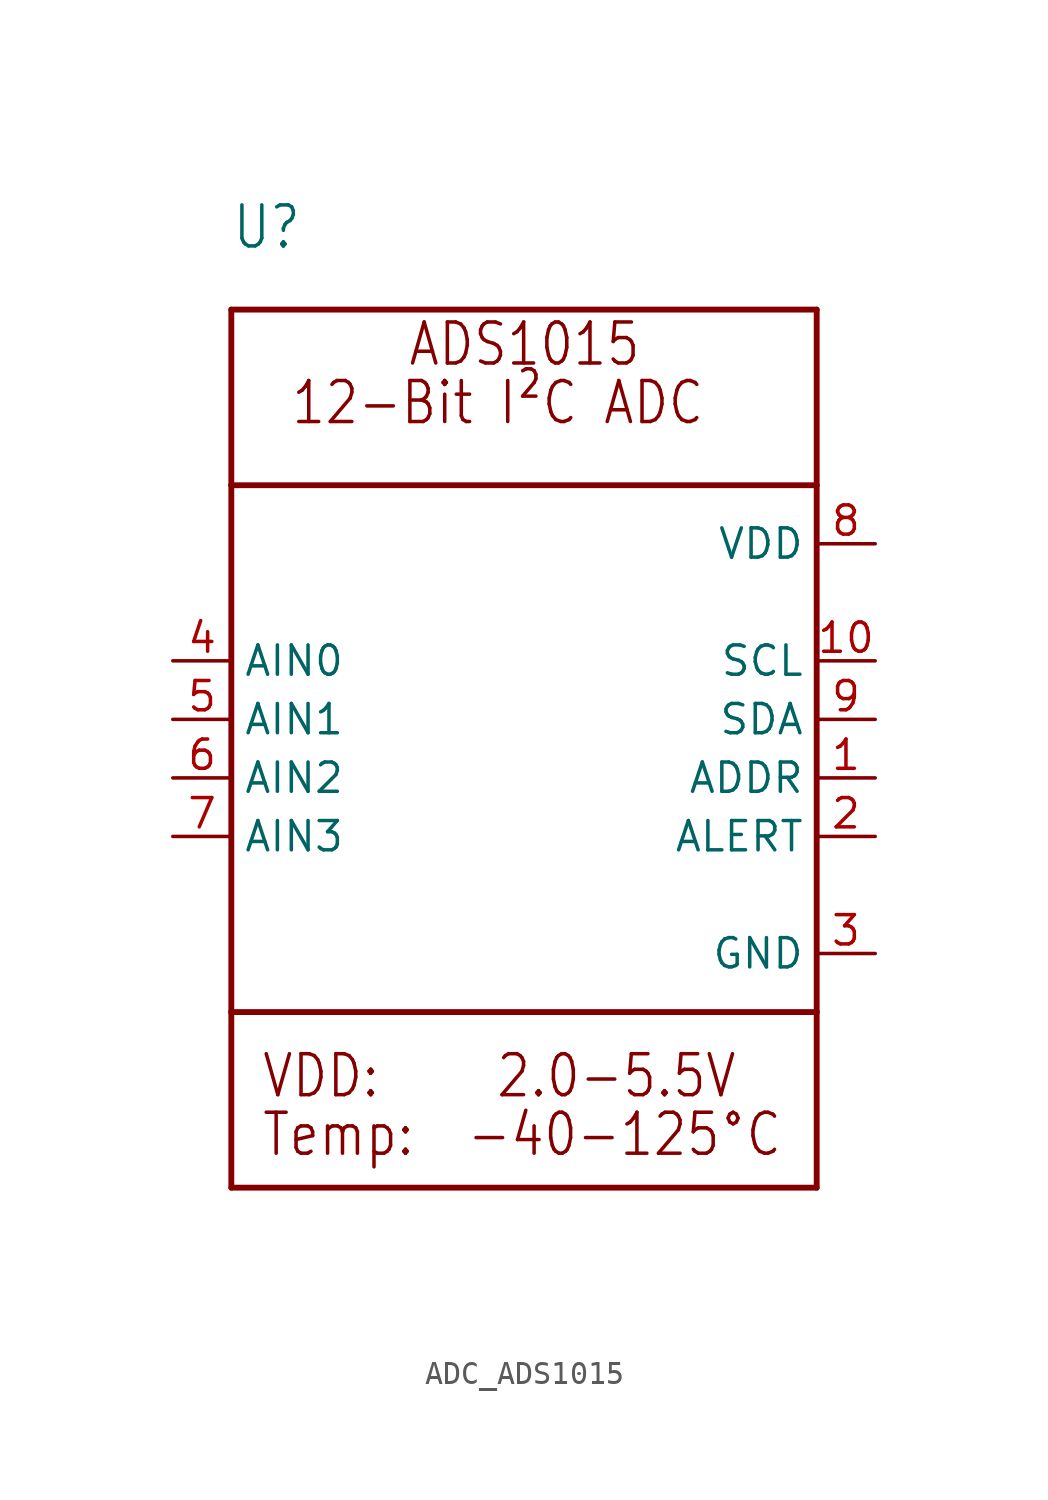
<source format=kicad_sym>
(kicad_symbol_lib
  (version 20231120)
  (generator "kicad_symbol_editor")
  (generator_version "8.0")
  (symbol "ADC_ADS1015"
    (property "Reference" "U"
      (at -12.7 20.32 0)
      (effects (font (size 1.778 1.511)) (justify left bottom)))
    (property "Value" ""
      (at -12.7 -22.86 0)
      (effects (font (size 1.778 1.511)) (justify left bottom)))
    (property "ki_locked" ""
      (at 0 0 0)
      (effects (font (size 1.27 1.27))))
    (symbol "ADC_ADS1015_1_0"
      (polyline (pts (xy -12.7 -12.7) (xy -12.7 -20.32)) (stroke (width 0.254) (type solid)) (fill (type none)))
      (polyline (pts (xy -12.7 -12.7) (xy -12.7 10.16)) (stroke (width 0.254) (type solid)) (fill (type none)))
      (polyline (pts (xy -12.7 10.16) (xy 12.7 10.16)) (stroke (width 0.254) (type solid)) (fill (type none)))
      (polyline (pts (xy -12.7 17.78) (xy -12.7 10.16)) (stroke (width 0.254) (type solid)) (fill (type none)))
      (polyline (pts (xy -12.7 17.78) (xy 12.7 17.78)) (stroke (width 0.254) (type solid)) (fill (type none)))
      (polyline (pts (xy 12.7 -20.32) (xy -12.7 -20.32)) (stroke (width 0.254) (type solid)) (fill (type none)))
      (polyline (pts (xy 12.7 -12.7) (xy -12.7 -12.7)) (stroke (width 0.254) (type solid)) (fill (type none)))
      (polyline (pts (xy 12.7 -12.7) (xy 12.7 -20.32)) (stroke (width 0.254) (type solid)) (fill (type none)))
      (polyline (pts (xy 12.7 10.16) (xy 12.7 -12.7)) (stroke (width 0.254) (type solid)) (fill (type none)))
      (polyline (pts (xy 12.7 17.78) (xy 12.7 10.16)) (stroke (width 0.254) (type solid)) (fill (type none)))
      (text "-40-125°C" (at -2.54 -19.05 0) (effects (font (size 1.778 1.511)) (justify left bottom)))
      (text "12-Bit I²C ADC" (at -10.16 12.7 0) (effects (font (size 1.778 1.511)) (justify left bottom)))
      (text "2.0-5.5V" (at -1.27 -16.51 0) (effects (font (size 1.778 1.511)) (justify left bottom)))
      (text "ADS1015" (at -5.08 15.24 0) (effects (font (size 1.778 1.511)) (justify left bottom)))
      (text "Temp:" (at -11.43 -19.05 0) (effects (font (size 1.778 1.511)) (justify left bottom)))
      (text "VDD:" (at -11.43 -16.51 0) (effects (font (size 1.778 1.511)) (justify left bottom)))
      (pin bidirectional line (at 15.24 -2.54 180) (length 2.54) (name "ADDR" (effects (font (size 1.27 1.27)))) (number "1" (effects (font (size 1.27 1.27)))))
      (pin bidirectional line (at 15.24 2.54 180) (length 2.54) (name "SCL" (effects (font (size 1.27 1.27)))) (number "10" (effects (font (size 1.27 1.27)))))
      (pin bidirectional line (at 15.24 -5.08 180) (length 2.54) (name "ALERT" (effects (font (size 1.27 1.27)))) (number "2" (effects (font (size 1.27 1.27)))))
      (pin bidirectional line (at 15.24 -10.16 180) (length 2.54) (name "GND" (effects (font (size 1.27 1.27)))) (number "3" (effects (font (size 1.27 1.27)))))
      (pin bidirectional line (at -15.24 2.54 0) (length 2.54) (name "AIN0" (effects (font (size 1.27 1.27)))) (number "4" (effects (font (size 1.27 1.27)))))
      (pin bidirectional line (at -15.24 0 0) (length 2.54) (name "AIN1" (effects (font (size 1.27 1.27)))) (number "5" (effects (font (size 1.27 1.27)))))
      (pin bidirectional line (at -15.24 -2.54 0) (length 2.54) (name "AIN2" (effects (font (size 1.27 1.27)))) (number "6" (effects (font (size 1.27 1.27)))))
      (pin bidirectional line (at -15.24 -5.08 0) (length 2.54) (name "AIN3" (effects (font (size 1.27 1.27)))) (number "7" (effects (font (size 1.27 1.27)))))
      (pin bidirectional line (at 15.24 7.62 180) (length 2.54) (name "VDD" (effects (font (size 1.27 1.27)))) (number "8" (effects (font (size 1.27 1.27)))))
      (pin bidirectional line (at 15.24 0 180) (length 2.54) (name "SDA" (effects (font (size 1.27 1.27)))) (number "9" (effects (font (size 1.27 1.27))))))))
</source>
